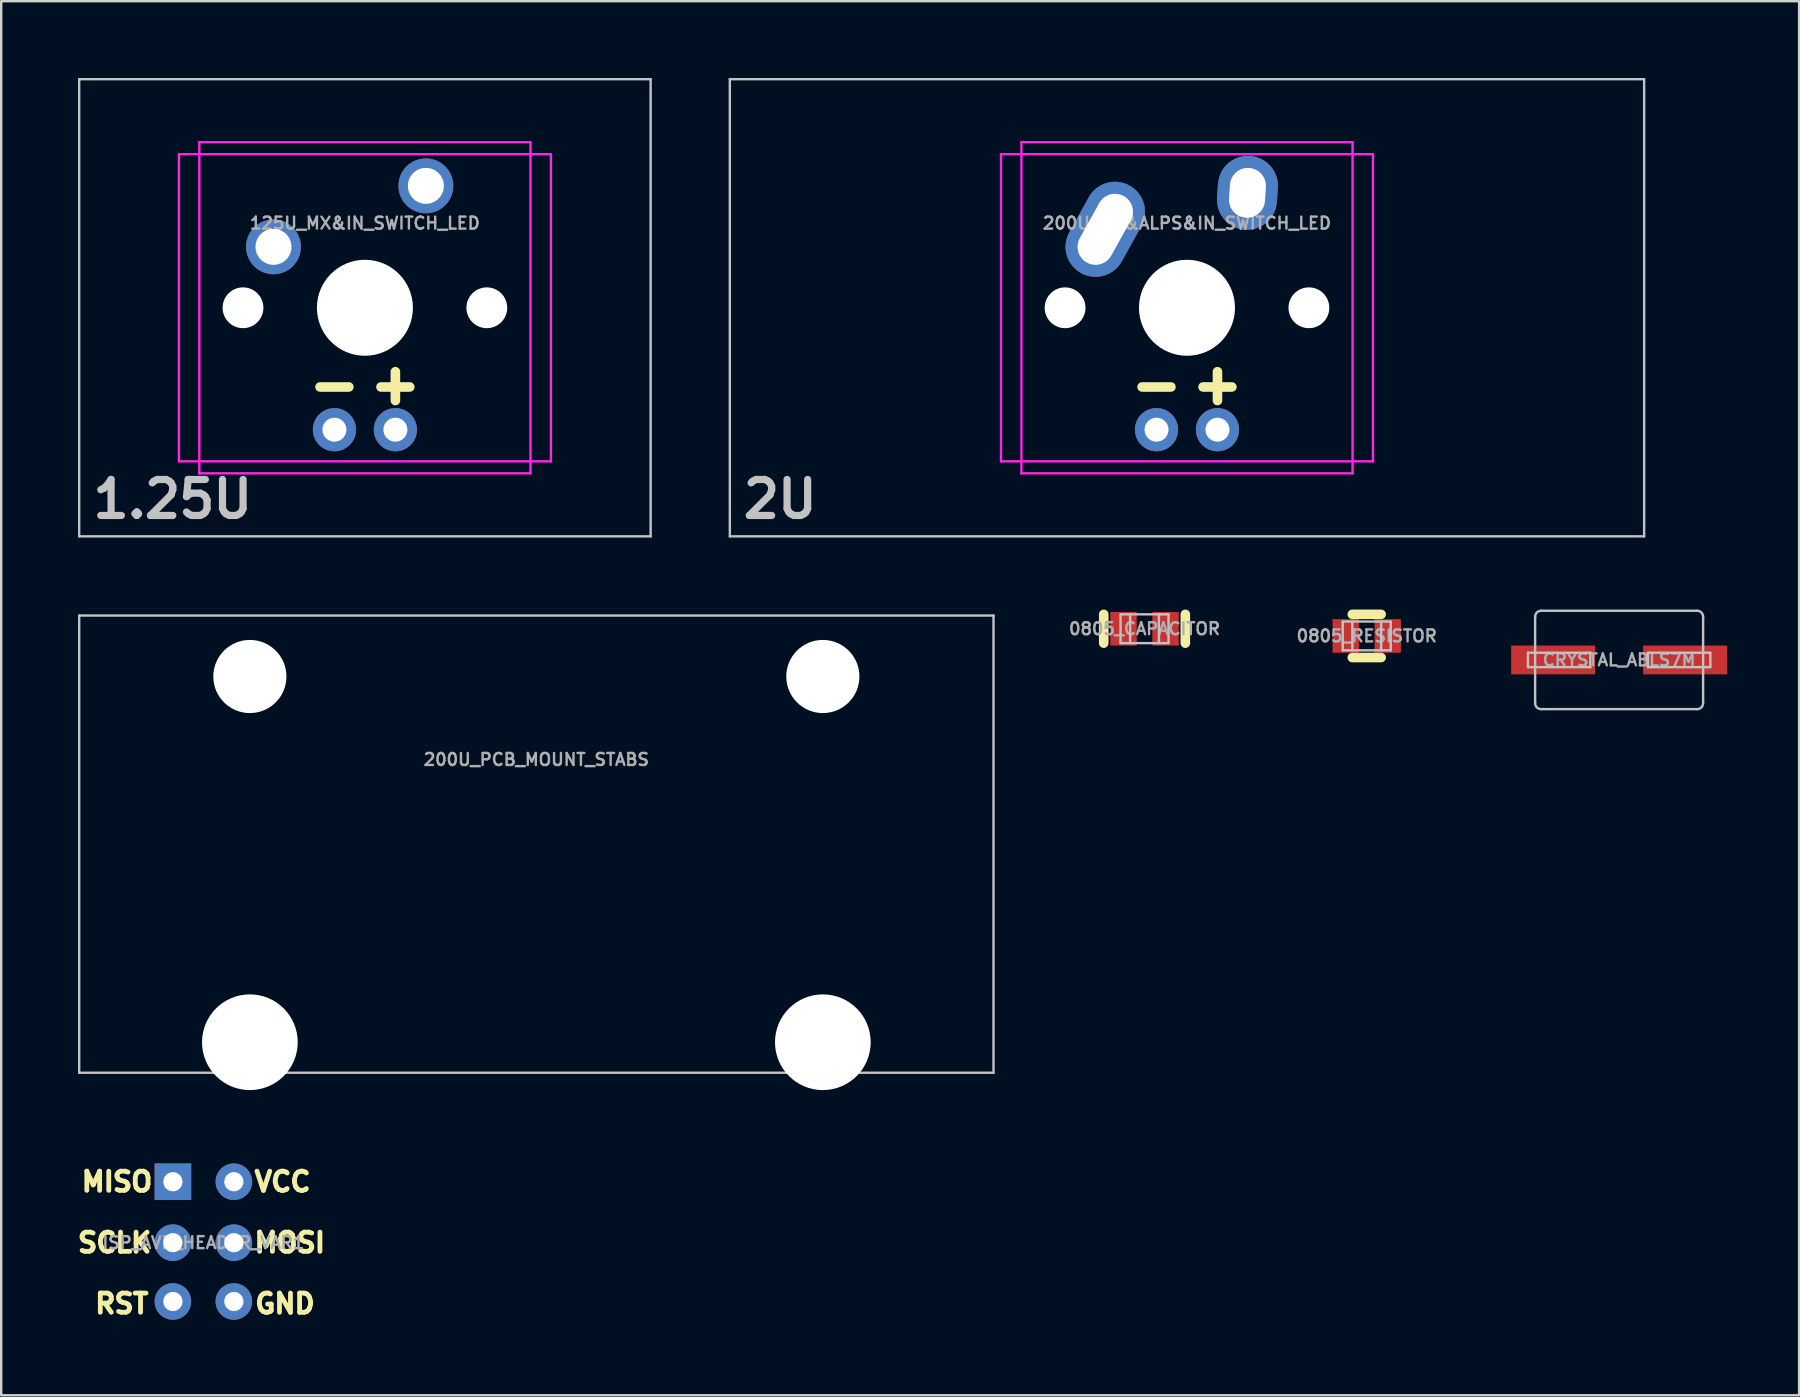
<source format=kicad_pcb>
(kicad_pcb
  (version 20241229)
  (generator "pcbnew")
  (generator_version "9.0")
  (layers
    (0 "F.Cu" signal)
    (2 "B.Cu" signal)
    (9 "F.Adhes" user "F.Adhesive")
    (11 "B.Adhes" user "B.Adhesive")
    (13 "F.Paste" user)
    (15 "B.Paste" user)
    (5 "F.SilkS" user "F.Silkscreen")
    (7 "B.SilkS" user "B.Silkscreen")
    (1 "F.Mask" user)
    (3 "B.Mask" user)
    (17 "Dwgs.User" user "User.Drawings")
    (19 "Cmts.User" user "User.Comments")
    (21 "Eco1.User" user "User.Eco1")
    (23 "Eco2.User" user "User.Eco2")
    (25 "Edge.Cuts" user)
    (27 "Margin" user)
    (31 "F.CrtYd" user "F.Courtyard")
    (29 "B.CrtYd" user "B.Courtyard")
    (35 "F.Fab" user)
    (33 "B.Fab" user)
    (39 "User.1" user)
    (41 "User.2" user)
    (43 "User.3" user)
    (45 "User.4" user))
  (footprint "0805_CAPACITOR"
    (layer "F.Cu")
    (at 44.643 23.15)
    (property "Reference" "0805_CAPACITOR" (at 0 0 0) (layer "F.Fab") (effects (font (size 0.5 0.5) (thickness 0.1))))
    (attr smd)
    (fp_line (start -1.7 0.6) (end -1.7 -0.6) (stroke (width 0.4) (type solid)) (layer "F.SilkS"))
    (fp_line (start 1.7 0.6) (end 1.7 -0.6) (stroke (width 0.4) (type solid)) (layer "F.SilkS"))
    (fp_line (start -1 -0.6) (end -1 0.6) (stroke (width 0.1) (type solid)) (layer "Dwgs.User"))
    (fp_line (start -1 -0.6) (end 1 -0.6) (stroke (width 0.1) (type solid)) (layer "Dwgs.User"))
    (fp_line (start -1 0.6) (end 1 0.6) (stroke (width 0.1) (type solid)) (layer "Dwgs.User"))
    (fp_line (start -0.6 -0.6) (end -0.6 0.6) (stroke (width 0.1) (type solid)) (layer "Dwgs.User"))
    (fp_line (start 0.6 -0.6) (end 0.6 0.6) (stroke (width 0.1) (type solid)) (layer "Dwgs.User"))
    (fp_line (start 1 -0.6) (end 1 0.6) (stroke (width 0.1) (type solid)) (layer "Dwgs.User"))
    (pad "1" smd rect (at -0.875 0) (size 1.1 1.4) (layers "F.Cu" "F.Mask" "F.Paste"))
    (pad "2" smd rect (at 0.875 0) (size 1.1 1.4) (layers "F.Cu" "F.Mask" "F.Paste")))
  (footprint "0805_RESISTOR"
    (layer "F.Cu")
    (at 53.902 23.45)
    (property "Reference" "0805_RESISTOR" (at 0 0 0) (layer "F.Fab") (effects (font (size 0.5 0.5) (thickness 0.1))))
    (attr smd)
    (fp_line (start -0.6 -0.9) (end 0.6 -0.9) (stroke (width 0.4) (type solid)) (layer "F.SilkS"))
    (fp_line (start -0.6 0.9) (end 0.6 0.9) (stroke (width 0.4) (type solid)) (layer "F.SilkS"))
    (fp_line (start -1 -0.6) (end -1 0.6) (stroke (width 0.1) (type solid)) (layer "Dwgs.User"))
    (fp_line (start -1 -0.6) (end 1 -0.6) (stroke (width 0.1) (type solid)) (layer "Dwgs.User"))
    (fp_line (start -1 0.6) (end 1 0.6) (stroke (width 0.1) (type solid)) (layer "Dwgs.User"))
    (fp_line (start -0.6 -0.6) (end -0.6 0.6) (stroke (width 0.1) (type solid)) (layer "Dwgs.User"))
    (fp_line (start 0.6 -0.6) (end 0.6 0.6) (stroke (width 0.1) (type solid)) (layer "Dwgs.User"))
    (fp_line (start 1 -0.6) (end 1 0.6) (stroke (width 0.1) (type solid)) (layer "Dwgs.User"))
    (pad "1" smd rect (at -0.875 0) (size 1.1 1.4) (layers "F.Cu" "F.Mask" "F.Paste"))
    (pad "2" smd rect (at 0.875 0) (size 1.1 1.4) (layers "F.Cu" "F.Mask" "F.Paste")))
  (footprint "200U_PCB_MOUNT_STABS"
    (layer "F.Cu")
    (at 0.25 22.6)
    (property "Reference" "200U_PCB_MOUNT_STABS" (at 19.05 6 0) (layer "F.Fab") (effects (font (size 0.5 0.5) (thickness 0.1))))
    (attr exclude_from_pos_files exclude_from_bom)
    (fp_line (start 0 0) (end 38.1 0) (stroke (width 0.1) (type solid)) (layer "Dwgs.User"))
    (fp_line (start 0 19.05) (end 0 0) (stroke (width 0.1) (type solid)) (layer "Dwgs.User"))
    (fp_line (start 38.1 0) (end 38.1 19.05) (stroke (width 0.1) (type solid)) (layer "Dwgs.User"))
    (fp_line (start 38.1 19.05) (end 0 19.05) (stroke (width 0.1) (type solid)) (layer "Dwgs.User"))
    (pad "" np_thru_hole circle (at 7.112 2.54) (size 3.048 3.048) (drill 3.048) (layers "*.Cu"))
    (pad "" np_thru_hole circle (at 7.112 17.78) (size 3.988 3.988) (drill 3.988) (layers "*.Cu"))
    (pad "" np_thru_hole circle (at 30.988 2.54) (size 3.048 3.048) (drill 3.048) (layers "*.Cu"))
    (pad "" np_thru_hole circle (at 30.988 17.78) (size 3.988 3.988) (drill 3.988) (layers "*.Cu")))
  (footprint "125U_MX&IN_SWITCH_LED"
    (layer "F.Cu")
    (at 0.25 0.25)
    (property "Reference" "125U_MX&IN_SWITCH_LED" (at 11.906 6 0) (layer "F.Fab") (effects (font (size 0.5 0.5) (thickness 0.1))))
    (attr through_hole)
    (fp_line (start 10.036 12.825) (end 11.236 12.825) (stroke (width 0.4) (type solid)) (layer "F.SilkS"))
    (fp_line (start 12.576 12.825) (end 13.776 12.825) (stroke (width 0.4) (type solid)) (layer "F.SilkS"))
    (fp_line (start 13.176 12.19) (end 13.176 13.39) (stroke (width 0.4) (type solid)) (layer "F.SilkS"))
    (fp_line (start -0.00005 0) (end 23.812 0) (stroke (width 0.1) (type solid)) (layer "Dwgs.User"))
    (fp_line (start -0.00005 19.05) (end -0.00005 0) (stroke (width 0.1) (type solid)) (layer "Dwgs.User"))
    (fp_line (start 23.812 0) (end 23.812 19.05) (stroke (width 0.1) (type solid)) (layer "Dwgs.User"))
    (fp_line (start 23.812 19.05) (end -0.00005 19.05) (stroke (width 0.1) (type solid)) (layer "Dwgs.User"))
    (fp_line (start 4.156 3.125) (end 4.156 15.925) (stroke (width 0.1) (type solid)) (layer "F.CrtYd"))
    (fp_line (start 4.156 3.125) (end 19.656 3.125) (stroke (width 0.1) (type solid)) (layer "F.CrtYd"))
    (fp_line (start 4.156 15.925) (end 19.656 15.925) (stroke (width 0.1) (type solid)) (layer "F.CrtYd"))
    (fp_line (start 5.006 2.625) (end 5.006 16.425) (stroke (width 0.1) (type solid)) (layer "F.CrtYd"))
    (fp_line (start 5.006 2.625) (end 18.806 2.625) (stroke (width 0.1) (type solid)) (layer "F.CrtYd"))
    (fp_line (start 5.006 16.425) (end 18.806 16.425) (stroke (width 0.1) (type solid)) (layer "F.CrtYd"))
    (fp_line (start 18.806 2.625) (end 18.806 16.425) (stroke (width 0.1) (type solid)) (layer "F.CrtYd"))
    (fp_line (start 19.656 3.125) (end 19.656 15.925) (stroke (width 0.1) (type solid)) (layer "F.CrtYd"))
    (fp_text user "1.25U" (at 3.9 17.5 0) (layer "Dwgs.User") (effects (font (size 1.5 1.5) (thickness 0.3))))
    (pad "" np_thru_hole circle (at 6.826 9.525) (size 1.7 1.7) (drill 1.7) (layers "*.Cu" "*.Mask"))
    (pad "" np_thru_hole circle (at 11.906 9.525) (size 4 4) (drill 4) (layers "*.Cu" "*.Mask"))
    (pad "" np_thru_hole circle (at 16.986 9.525) (size 1.7 1.7) (drill 1.7) (layers "*.Cu" "*.Mask"))
    (pad "1" thru_hole circle (at 8.096 6.985) (size 2.286 2.286) (drill 1.499) (layers "*.Cu" "*.Mask"))
    (pad "2" thru_hole circle (at 14.446 4.445) (size 2.286 2.286) (drill 1.499) (layers "*.Cu" "*.Mask"))
    (pad "3" thru_hole circle (at 10.636 14.605) (size 1.8 1.8) (drill 1) (layers "*.Cu" "*.Mask"))
    (pad "4" thru_hole circle (at 13.176 14.605) (size 1.8 1.8) (drill 1) (layers "*.Cu" "*.Mask")))
  (footprint "CRYSTAL_ABLS7M"
    (layer "F.Cu")
    (at 64.419 24.45)
    (property "Reference" "CRYSTAL_ABLS7M" (at 0 0 0) (layer "F.Fab") (effects (font (size 0.5 0.5) (thickness 0.1))))
    (attr smd)
    (fp_line (start -3.8 -0.3) (end -3.8 0.3) (stroke (width 0.1) (type solid)) (layer "Dwgs.User"))
    (fp_line (start -3.8 0.3) (end -1.2 0.3) (stroke (width 0.1) (type solid)) (layer "Dwgs.User"))
    (fp_line (start -3.5 -1.8) (end -3.5 1.8) (stroke (width 0.1) (type solid)) (layer "Dwgs.User"))
    (fp_line (start -3.25 -2.05) (end 3.25 -2.05) (stroke (width 0.1) (type solid)) (layer "Dwgs.User"))
    (fp_line (start -3.25 2.05) (end 3.25 2.05) (stroke (width 0.1) (type solid)) (layer "Dwgs.User"))
    (fp_line (start -1.2 -0.3) (end -3.8 -0.3) (stroke (width 0.1) (type solid)) (layer "Dwgs.User"))
    (fp_line (start -1.2 0.3) (end -1.2 -0.3) (stroke (width 0.1) (type solid)) (layer "Dwgs.User"))
    (fp_line (start 1.2 -0.3) (end 1.2 0.3) (stroke (width 0.1) (type solid)) (layer "Dwgs.User"))
    (fp_line (start 1.2 0.3) (end 3.8 0.3) (stroke (width 0.1) (type solid)) (layer "Dwgs.User"))
    (fp_line (start 3.5 -1.8) (end 3.5 1.8) (stroke (width 0.1) (type solid)) (layer "Dwgs.User"))
    (fp_line (start 3.8 -0.3) (end 1.2 -0.3) (stroke (width 0.1) (type solid)) (layer "Dwgs.User"))
    (fp_line (start 3.8 0.3) (end 3.8 -0.3) (stroke (width 0.1) (type solid)) (layer "Dwgs.User"))
    (fp_arc (start -3.5 -1.8) (mid -3.426777 -1.976777) (end -3.25 -2.05) (stroke (width 0.1) (type solid)) (layer "Dwgs.User"))
    (fp_arc (start -3.25 2.05) (mid -3.426777 1.976777) (end -3.5 1.8) (stroke (width 0.1) (type solid)) (layer "Dwgs.User"))
    (fp_arc (start 3.25 -2.05) (mid 3.426777 -1.976777) (end 3.5 -1.8) (stroke (width 0.1) (type solid)) (layer "Dwgs.User"))
    (fp_arc (start 3.5 1.8) (mid 3.426777 1.976777) (end 3.25 2.05) (stroke (width 0.1) (type solid)) (layer "Dwgs.User"))
    (pad "1" smd rect (at -2.75 0) (size 3.5 1.2) (layers "F.Cu" "F.Mask" "F.Paste"))
    (pad "2" smd rect (at 2.75 0) (size 3.5 1.2) (layers "F.Cu" "F.Mask" "F.Paste")))
  (footprint "ISP_AVR_HEADER_VAR1"
    (layer "F.Cu")
    (at 5.425 48.733)
    (property "Reference" "ISP_AVR_HEADER_VAR1" (at 0 0 0) (layer "F.Fab") (effects (font (size 0.5 0.5) (thickness 0.1))))
    (attr exclude_from_pos_files exclude_from_bom)
    (fp_text user "RST" (at -3.4 2.54 0) (layer "F.SilkS") (effects (font (size 0.8 0.8) (thickness 0.2))))
    (fp_text user "MISO" (at -3.6 -2.54 0) (layer "F.SilkS") (effects (font (size 0.8 0.8) (thickness 0.2))))
    (fp_text user "SCLK" (at -3.7 0 0) (layer "F.SilkS") (effects (font (size 0.8 0.8) (thickness 0.2))))
    (fp_text user "VCC" (at 3.3 -2.54 0) (layer "F.SilkS") (effects (font (size 0.8 0.8) (thickness 0.2))))
    (fp_text user "GND" (at 3.4 2.54 0) (layer "F.SilkS") (effects (font (size 0.8 0.8) (thickness 0.2))))
    (fp_text user "MOSI" (at 3.6 0 0) (layer "F.SilkS") (effects (font (size 0.8 0.8) (thickness 0.2))))
    (pad "1" thru_hole rect (at -1.27 -2.54) (size 1.524 1.524) (drill 0.8) (layers "*.Cu" "*.Mask"))
    (pad "2" thru_hole circle (at 1.27 -2.54 90) (size 1.524 1.524) (drill 0.8) (layers "*.Cu" "*.Mask"))
    (pad "3" thru_hole circle (at -1.27 0) (size 1.524 1.524) (drill 0.8) (layers "*.Cu" "*.Mask"))
    (pad "4" thru_hole circle (at 1.27 0 90) (size 1.524 1.524) (drill 0.8) (layers "*.Cu" "*.Mask"))
    (pad "5" thru_hole circle (at -1.27 2.45 90) (size 1.524 1.524) (drill 0.8) (layers "*.Cu" "*.Mask"))
    (pad "6" thru_hole circle (at 1.27 2.45 90) (size 1.524 1.524) (drill 0.8) (layers "*.Cu" "*.Mask")))
  (footprint "200U_MX&ALPS&IN_SWITCH_LED"
    (layer "F.Cu")
    (at 27.362 0.25)
    (property "Reference" "200U_MX&ALPS&IN_SWITCH_LED" (at 19.05 6 0) (layer "F.Fab") (effects (font (size 0.5 0.5) (thickness 0.1))))
    (attr through_hole)
    (fp_line (start 17.18 12.825) (end 18.38 12.825) (stroke (width 0.4) (type solid)) (layer "F.SilkS"))
    (fp_line (start 19.72 12.825) (end 20.92 12.825) (stroke (width 0.4) (type solid)) (layer "F.SilkS"))
    (fp_line (start 20.32 12.19) (end 20.32 13.39) (stroke (width 0.4) (type solid)) (layer "F.SilkS"))
    (fp_line (start 0 0) (end 38.1 0) (stroke (width 0.1) (type solid)) (layer "Dwgs.User"))
    (fp_line (start 0 19.05) (end 0 0) (stroke (width 0.1) (type solid)) (layer "Dwgs.User"))
    (fp_line (start 38.1 0) (end 38.1 19.05) (stroke (width 0.1) (type solid)) (layer "Dwgs.User"))
    (fp_line (start 38.1 19.05) (end 0 19.05) (stroke (width 0.1) (type solid)) (layer "Dwgs.User"))
    (fp_line (start 11.3 3.125) (end 11.3 15.925) (stroke (width 0.1) (type solid)) (layer "F.CrtYd"))
    (fp_line (start 11.3 3.125) (end 26.8 3.125) (stroke (width 0.1) (type solid)) (layer "F.CrtYd"))
    (fp_line (start 11.3 15.925) (end 26.8 15.925) (stroke (width 0.1) (type solid)) (layer "F.CrtYd"))
    (fp_line (start 12.15 2.625) (end 12.15 16.425) (stroke (width 0.1) (type solid)) (layer "F.CrtYd"))
    (fp_line (start 12.15 2.625) (end 25.95 2.625) (stroke (width 0.1) (type solid)) (layer "F.CrtYd"))
    (fp_line (start 12.15 16.425) (end 25.95 16.425) (stroke (width 0.1) (type solid)) (layer "F.CrtYd"))
    (fp_line (start 25.95 2.625) (end 25.95 16.425) (stroke (width 0.1) (type solid)) (layer "F.CrtYd"))
    (fp_line (start 26.8 3.125) (end 26.8 15.925) (stroke (width 0.1) (type solid)) (layer "F.CrtYd"))
    (fp_text user "2U" (at 2.1 17.5 0) (layer "Dwgs.User") (effects (font (size 1.5 1.5) (thickness 0.3))))
    (pad "" np_thru_hole circle (at 13.97 9.525) (size 1.7 1.7) (drill 1.7) (layers "*.Cu" "*.Mask"))
    (pad "" np_thru_hole circle (at 19.05 9.525) (size 4 4) (drill 4) (layers "*.Cu" "*.Mask"))
    (pad "" np_thru_hole circle (at 24.13 9.525) (size 1.7 1.7) (drill 1.7) (layers "*.Cu" "*.Mask"))
    (pad "1" thru_hole oval (at 15.645 6.255 330.95) (size 2.5 4.17) (drill oval 1.5 3.17) (layers "*.Cu" "*.Mask"))
    (pad "2" thru_hole oval (at 21.57 4.735 356.1) (size 2.5 3.08) (drill oval 1.5 2.08) (layers "*.Cu" "*.Mask"))
    (pad "3" thru_hole circle (at 17.78 14.605) (size 1.8 1.8) (drill 1) (layers "*.Cu" "*.Mask"))
    (pad "4" thru_hole circle (at 20.32 14.605) (size 1.8 1.8) (drill 1) (layers "*.Cu" "*.Mask")))
  (gr_rect
    (start -3 -3)
    (end 71.919 55.092)
    (stroke (width 0.1) (type default))
    (fill no)
    (layer "Edge.Cuts")))
</source>
